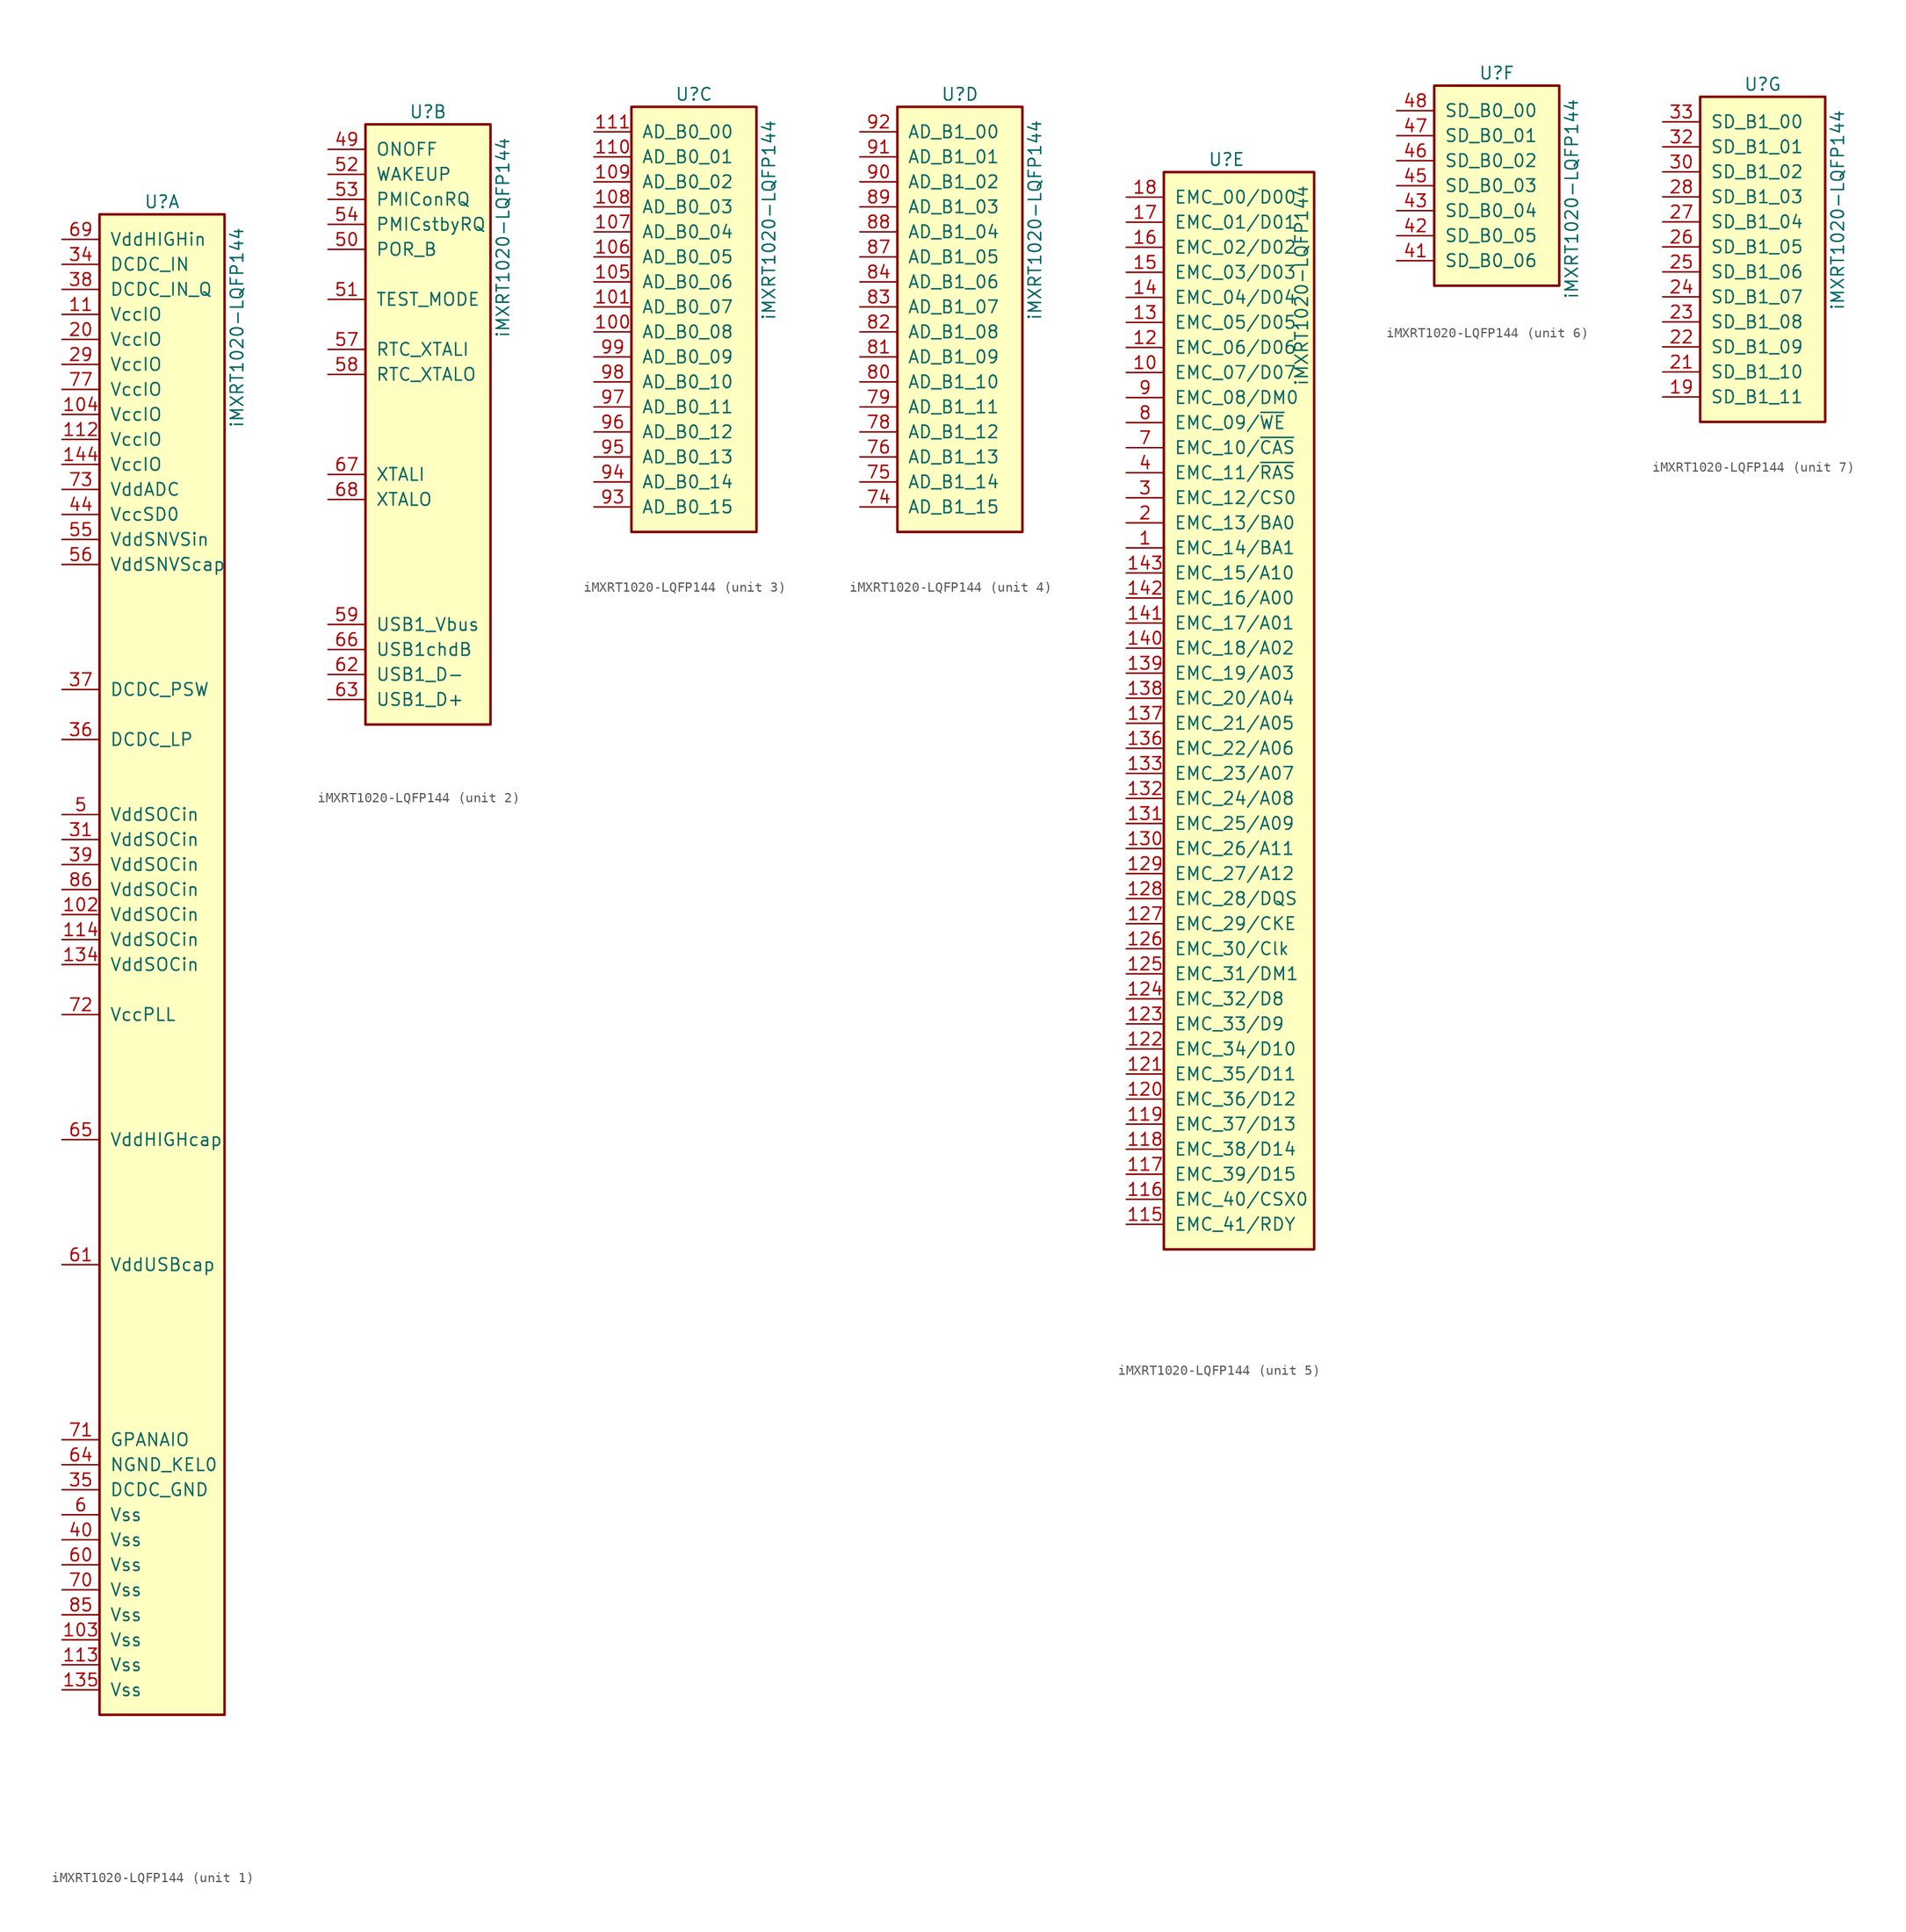
<source format=kicad_sym>
(kicad_symbol_lib
  (version 20211014)
  (generator kicad_symbol_editor)
  (symbol "iMXRT1020-LQFP144"
    (pin_names
      (offset 1.016))
    (property "Reference" "U"
      (at 10.16 3.81 0)
      (effects (font (size 1.27 1.27))))
    (property "Value" "iMXRT1020-LQFP144"
      (at 17.78 1.27 90)
      (effects (font (size 1.27 1.27)) (justify right)))
    (property "ki_locked" ""
      (at 0 0 0)
      (effects (font (size 1.27 1.27))))
    (symbol "iMXRT1020-LQFP144_1_1"
      (rectangle (start 3.81 2.54) (end 16.51 -149.86) (stroke (width 0.254) (type default) (color 0 0 0 0)) (fill (type background)))
      (pin power_in line (at 0 -68.58 0) (length 3.81) (name "VddSOCin" (effects (font (size 1.27 1.27)))) (number "102" (effects (font (size 1.27 1.27)))))
      (pin power_in line (at 0 -142.24 0) (length 3.81) (name "Vss" (effects (font (size 1.27 1.27)))) (number "103" (effects (font (size 1.27 1.27)))))
      (pin power_in line (at 0 -17.78 0) (length 3.81) (name "VccIO" (effects (font (size 1.27 1.27)))) (number "104" (effects (font (size 1.27 1.27)))))
      (pin power_in line (at 0 -7.62 0) (length 3.81) (name "VccIO" (effects (font (size 1.27 1.27)))) (number "11" (effects (font (size 1.27 1.27)))))
      (pin power_in line (at 0 -20.32 0) (length 3.81) (name "VccIO" (effects (font (size 1.27 1.27)))) (number "112" (effects (font (size 1.27 1.27)))))
      (pin power_in line (at 0 -144.78 0) (length 3.81) (name "Vss" (effects (font (size 1.27 1.27)))) (number "113" (effects (font (size 1.27 1.27)))))
      (pin power_in line (at 0 -71.12 0) (length 3.81) (name "VddSOCin" (effects (font (size 1.27 1.27)))) (number "114" (effects (font (size 1.27 1.27)))))
      (pin power_in line (at 0 -73.66 0) (length 3.81) (name "VddSOCin" (effects (font (size 1.27 1.27)))) (number "134" (effects (font (size 1.27 1.27)))))
      (pin power_in line (at 0 -147.32 0) (length 3.81) (name "Vss" (effects (font (size 1.27 1.27)))) (number "135" (effects (font (size 1.27 1.27)))))
      (pin power_in line (at 0 -22.86 0) (length 3.81) (name "VccIO" (effects (font (size 1.27 1.27)))) (number "144" (effects (font (size 1.27 1.27)))))
      (pin power_in line (at 0 -10.16 0) (length 3.81) (name "VccIO" (effects (font (size 1.27 1.27)))) (number "20" (effects (font (size 1.27 1.27)))))
      (pin power_in line (at 0 -12.7 0) (length 3.81) (name "VccIO" (effects (font (size 1.27 1.27)))) (number "29" (effects (font (size 1.27 1.27)))))
      (pin power_in line (at 0 -60.96 0) (length 3.81) (name "VddSOCin" (effects (font (size 1.27 1.27)))) (number "31" (effects (font (size 1.27 1.27)))))
      (pin power_in line (at 0 -2.54 0) (length 3.81) (name "DCDC_IN" (effects (font (size 1.27 1.27)))) (number "34" (effects (font (size 1.27 1.27)))))
      (pin power_in line (at 0 -127 0) (length 3.81) (name "DCDC_GND" (effects (font (size 1.27 1.27)))) (number "35" (effects (font (size 1.27 1.27)))))
      (pin power_in line (at 0 -50.8 0) (length 3.81) (name "DCDC_LP" (effects (font (size 1.27 1.27)))) (number "36" (effects (font (size 1.27 1.27)))))
      (pin power_in line (at 0 -45.72 0) (length 3.81) (name "DCDC_PSW" (effects (font (size 1.27 1.27)))) (number "37" (effects (font (size 1.27 1.27)))))
      (pin power_in line (at 0 -5.08 0) (length 3.81) (name "DCDC_IN_Q" (effects (font (size 1.27 1.27)))) (number "38" (effects (font (size 1.27 1.27)))))
      (pin power_in line (at 0 -63.5 0) (length 3.81) (name "VddSOCin" (effects (font (size 1.27 1.27)))) (number "39" (effects (font (size 1.27 1.27)))))
      (pin power_in line (at 0 -132.08 0) (length 3.81) (name "Vss" (effects (font (size 1.27 1.27)))) (number "40" (effects (font (size 1.27 1.27)))))
      (pin power_in line (at 0 -27.94 0) (length 3.81) (name "VccSD0" (effects (font (size 1.27 1.27)))) (number "44" (effects (font (size 1.27 1.27)))))
      (pin power_in line (at 0 -58.42 0) (length 3.81) (name "VddSOCin" (effects (font (size 1.27 1.27)))) (number "5" (effects (font (size 1.27 1.27)))))
      (pin power_in line (at 0 -30.48 0) (length 3.81) (name "VddSNVSin" (effects (font (size 1.27 1.27)))) (number "55" (effects (font (size 1.27 1.27)))))
      (pin power_out line (at 0 -33.02 0) (length 3.81) (name "VddSNVScap" (effects (font (size 1.27 1.27)))) (number "56" (effects (font (size 1.27 1.27)))))
      (pin power_in line (at 0 -129.54 0) (length 3.81) (name "Vss" (effects (font (size 1.27 1.27)))) (number "6" (effects (font (size 1.27 1.27)))))
      (pin power_in line (at 0 -134.62 0) (length 3.81) (name "Vss" (effects (font (size 1.27 1.27)))) (number "60" (effects (font (size 1.27 1.27)))))
      (pin power_out line (at 0 -104.14 0) (length 3.81) (name "VddUSBcap" (effects (font (size 1.27 1.27)))) (number "61" (effects (font (size 1.27 1.27)))))
      (pin power_in line (at 0 -124.46 0) (length 3.81) (name "NGND_KEL0" (effects (font (size 1.27 1.27)))) (number "64" (effects (font (size 1.27 1.27)))))
      (pin power_out line (at 0 -91.44 0) (length 3.81) (name "VddHIGHcap" (effects (font (size 1.27 1.27)))) (number "65" (effects (font (size 1.27 1.27)))))
      (pin power_in line (at 0 0 0) (length 3.81) (name "VddHIGHin" (effects (font (size 1.27 1.27)))) (number "69" (effects (font (size 1.27 1.27)))))
      (pin power_in line (at 0 -137.16 0) (length 3.81) (name "Vss" (effects (font (size 1.27 1.27)))) (number "70" (effects (font (size 1.27 1.27)))))
      (pin unspecified line (at 0 -121.92 0) (length 3.81) (name "GPANAIO" (effects (font (size 1.27 1.27)))) (number "71" (effects (font (size 1.27 1.27)))))
      (pin power_in line (at 0 -78.74 0) (length 3.81) (name "VccPLL" (effects (font (size 1.27 1.27)))) (number "72" (effects (font (size 1.27 1.27)))))
      (pin power_in line (at 0 -25.4 0) (length 3.81) (name "VddADC" (effects (font (size 1.27 1.27)))) (number "73" (effects (font (size 1.27 1.27)))))
      (pin power_in line (at 0 -15.24 0) (length 3.81) (name "VccIO" (effects (font (size 1.27 1.27)))) (number "77" (effects (font (size 1.27 1.27)))))
      (pin power_in line (at 0 -139.7 0) (length 3.81) (name "Vss" (effects (font (size 1.27 1.27)))) (number "85" (effects (font (size 1.27 1.27)))))
      (pin power_in line (at 0 -66.04 0) (length 3.81) (name "VddSOCin" (effects (font (size 1.27 1.27)))) (number "86" (effects (font (size 1.27 1.27))))))
    (symbol "iMXRT1020-LQFP144_2_1"
      (rectangle (start 3.81 2.54) (end 16.51 -58.42) (stroke (width 0.254) (type default) (color 0 0 0 0)) (fill (type background)))
      (pin input line (at 0 0 0) (length 3.81) (name "ONOFF" (effects (font (size 1.27 1.27)))) (number "49" (effects (font (size 1.27 1.27)))))
      (pin input line (at 0 -10.16 0) (length 3.81) (name "POR_B" (effects (font (size 1.27 1.27)))) (number "50" (effects (font (size 1.27 1.27)))))
      (pin input line (at 0 -15.24 0) (length 3.81) (name "TEST_MODE" (effects (font (size 1.27 1.27)))) (number "51" (effects (font (size 1.27 1.27)))))
      (pin input line (at 0 -2.54 0) (length 3.81) (name "WAKEUP" (effects (font (size 1.27 1.27)))) (number "52" (effects (font (size 1.27 1.27)))))
      (pin output line (at 0 -5.08 0) (length 3.81) (name "PMIConRQ" (effects (font (size 1.27 1.27)))) (number "53" (effects (font (size 1.27 1.27)))))
      (pin output line (at 0 -7.62 0) (length 3.81) (name "PMICstbyRQ" (effects (font (size 1.27 1.27)))) (number "54" (effects (font (size 1.27 1.27)))))
      (pin input line (at 0 -20.32 0) (length 3.81) (name "RTC_XTALI" (effects (font (size 1.27 1.27)))) (number "57" (effects (font (size 1.27 1.27)))))
      (pin output line (at 0 -22.86 0) (length 3.81) (name "RTC_XTALO" (effects (font (size 1.27 1.27)))) (number "58" (effects (font (size 1.27 1.27)))))
      (pin bidirectional line (at 0 -48.26 0) (length 3.81) (name "USB1_Vbus" (effects (font (size 1.27 1.27)))) (number "59" (effects (font (size 1.27 1.27)))))
      (pin bidirectional line (at 0 -53.34 0) (length 3.81) (name "USB1_D-" (effects (font (size 1.27 1.27)))) (number "62" (effects (font (size 1.27 1.27)))))
      (pin bidirectional line (at 0 -55.88 0) (length 3.81) (name "USB1_D+" (effects (font (size 1.27 1.27)))) (number "63" (effects (font (size 1.27 1.27)))))
      (pin output line (at 0 -50.8 0) (length 3.81) (name "USB1chdB" (effects (font (size 1.27 1.27)))) (number "66" (effects (font (size 1.27 1.27)))))
      (pin input line (at 0 -33.02 0) (length 3.81) (name "XTALI" (effects (font (size 1.27 1.27)))) (number "67" (effects (font (size 1.27 1.27)))))
      (pin output line (at 0 -35.56 0) (length 3.81) (name "XTALO" (effects (font (size 1.27 1.27)))) (number "68" (effects (font (size 1.27 1.27))))))
    (symbol "iMXRT1020-LQFP144_3_1"
      (rectangle (start 3.81 2.54) (end 16.51 -40.64) (stroke (width 0.254) (type default) (color 0 0 0 0)) (fill (type background)))
      (pin bidirectional line (at 0 -20.32 0) (length 3.81) (name "AD_B0_08" (effects (font (size 1.27 1.27)))) (number "100" (effects (font (size 1.27 1.27)))))
      (pin bidirectional line (at 0 -17.78 0) (length 3.81) (name "AD_B0_07" (effects (font (size 1.27 1.27)))) (number "101" (effects (font (size 1.27 1.27)))))
      (pin bidirectional line (at 0 -15.24 0) (length 3.81) (name "AD_B0_06" (effects (font (size 1.27 1.27)))) (number "105" (effects (font (size 1.27 1.27)))))
      (pin bidirectional line (at 0 -12.7 0) (length 3.81) (name "AD_B0_05" (effects (font (size 1.27 1.27)))) (number "106" (effects (font (size 1.27 1.27)))))
      (pin bidirectional line (at 0 -10.16 0) (length 3.81) (name "AD_B0_04" (effects (font (size 1.27 1.27)))) (number "107" (effects (font (size 1.27 1.27)))))
      (pin bidirectional line (at 0 -7.62 0) (length 3.81) (name "AD_B0_03" (effects (font (size 1.27 1.27)))) (number "108" (effects (font (size 1.27 1.27)))))
      (pin bidirectional line (at 0 -5.08 0) (length 3.81) (name "AD_B0_02" (effects (font (size 1.27 1.27)))) (number "109" (effects (font (size 1.27 1.27)))))
      (pin bidirectional line (at 0 -2.54 0) (length 3.81) (name "AD_B0_01" (effects (font (size 1.27 1.27)))) (number "110" (effects (font (size 1.27 1.27)))))
      (pin bidirectional line (at 0 0 0) (length 3.81) (name "AD_B0_00" (effects (font (size 1.27 1.27)))) (number "111" (effects (font (size 1.27 1.27)))))
      (pin bidirectional line (at 0 -38.1 0) (length 3.81) (name "AD_B0_15" (effects (font (size 1.27 1.27)))) (number "93" (effects (font (size 1.27 1.27)))))
      (pin bidirectional line (at 0 -35.56 0) (length 3.81) (name "AD_B0_14" (effects (font (size 1.27 1.27)))) (number "94" (effects (font (size 1.27 1.27)))))
      (pin bidirectional line (at 0 -33.02 0) (length 3.81) (name "AD_B0_13" (effects (font (size 1.27 1.27)))) (number "95" (effects (font (size 1.27 1.27)))))
      (pin bidirectional line (at 0 -30.48 0) (length 3.81) (name "AD_B0_12" (effects (font (size 1.27 1.27)))) (number "96" (effects (font (size 1.27 1.27)))))
      (pin bidirectional line (at 0 -27.94 0) (length 3.81) (name "AD_B0_11" (effects (font (size 1.27 1.27)))) (number "97" (effects (font (size 1.27 1.27)))))
      (pin bidirectional line (at 0 -25.4 0) (length 3.81) (name "AD_B0_10" (effects (font (size 1.27 1.27)))) (number "98" (effects (font (size 1.27 1.27)))))
      (pin bidirectional line (at 0 -22.86 0) (length 3.81) (name "AD_B0_09" (effects (font (size 1.27 1.27)))) (number "99" (effects (font (size 1.27 1.27))))))
    (symbol "iMXRT1020-LQFP144_4_1"
      (rectangle (start 3.81 2.54) (end 16.51 -40.64) (stroke (width 0.254) (type default) (color 0 0 0 0)) (fill (type background)))
      (pin bidirectional line (at 0 -38.1 0) (length 3.81) (name "AD_B1_15" (effects (font (size 1.27 1.27)))) (number "74" (effects (font (size 1.27 1.27)))))
      (pin bidirectional line (at 0 -35.56 0) (length 3.81) (name "AD_B1_14" (effects (font (size 1.27 1.27)))) (number "75" (effects (font (size 1.27 1.27)))))
      (pin bidirectional line (at 0 -33.02 0) (length 3.81) (name "AD_B1_13" (effects (font (size 1.27 1.27)))) (number "76" (effects (font (size 1.27 1.27)))))
      (pin bidirectional line (at 0 -30.48 0) (length 3.81) (name "AD_B1_12" (effects (font (size 1.27 1.27)))) (number "78" (effects (font (size 1.27 1.27)))))
      (pin bidirectional line (at 0 -27.94 0) (length 3.81) (name "AD_B1_11" (effects (font (size 1.27 1.27)))) (number "79" (effects (font (size 1.27 1.27)))))
      (pin bidirectional line (at 0 -25.4 0) (length 3.81) (name "AD_B1_10" (effects (font (size 1.27 1.27)))) (number "80" (effects (font (size 1.27 1.27)))))
      (pin bidirectional line (at 0 -22.86 0) (length 3.81) (name "AD_B1_09" (effects (font (size 1.27 1.27)))) (number "81" (effects (font (size 1.27 1.27)))))
      (pin bidirectional line (at 0 -20.32 0) (length 3.81) (name "AD_B1_08" (effects (font (size 1.27 1.27)))) (number "82" (effects (font (size 1.27 1.27)))))
      (pin bidirectional line (at 0 -17.78 0) (length 3.81) (name "AD_B1_07" (effects (font (size 1.27 1.27)))) (number "83" (effects (font (size 1.27 1.27)))))
      (pin bidirectional line (at 0 -15.24 0) (length 3.81) (name "AD_B1_06" (effects (font (size 1.27 1.27)))) (number "84" (effects (font (size 1.27 1.27)))))
      (pin bidirectional line (at 0 -12.7 0) (length 3.81) (name "AD_B1_05" (effects (font (size 1.27 1.27)))) (number "87" (effects (font (size 1.27 1.27)))))
      (pin bidirectional line (at 0 -10.16 0) (length 3.81) (name "AD_B1_04" (effects (font (size 1.27 1.27)))) (number "88" (effects (font (size 1.27 1.27)))))
      (pin bidirectional line (at 0 -7.62 0) (length 3.81) (name "AD_B1_03" (effects (font (size 1.27 1.27)))) (number "89" (effects (font (size 1.27 1.27)))))
      (pin bidirectional line (at 0 -5.08 0) (length 3.81) (name "AD_B1_02" (effects (font (size 1.27 1.27)))) (number "90" (effects (font (size 1.27 1.27)))))
      (pin bidirectional line (at 0 -2.54 0) (length 3.81) (name "AD_B1_01" (effects (font (size 1.27 1.27)))) (number "91" (effects (font (size 1.27 1.27)))))
      (pin bidirectional line (at 0 0 0) (length 3.81) (name "AD_B1_00" (effects (font (size 1.27 1.27)))) (number "92" (effects (font (size 1.27 1.27))))))
    (symbol "iMXRT1020-LQFP144_5_1"
      (rectangle (start 3.81 2.54) (end 19.05 -106.68) (stroke (width 0.254) (type default) (color 0 0 0 0)) (fill (type background)))
      (pin bidirectional line (at 0 -35.56 0) (length 3.81) (name "EMC_14/BA1" (effects (font (size 1.27 1.27)))) (number "1" (effects (font (size 1.27 1.27)))))
      (pin bidirectional line (at 0 -17.78 0) (length 3.81) (name "EMC_07/D07" (effects (font (size 1.27 1.27)))) (number "10" (effects (font (size 1.27 1.27)))))
      (pin bidirectional line (at 0 -104.14 0) (length 3.81) (name "EMC_41/RDY" (effects (font (size 1.27 1.27)))) (number "115" (effects (font (size 1.27 1.27)))))
      (pin bidirectional line (at 0 -101.6 0) (length 3.81) (name "EMC_40/CSX0" (effects (font (size 1.27 1.27)))) (number "116" (effects (font (size 1.27 1.27)))))
      (pin bidirectional line (at 0 -99.06 0) (length 3.81) (name "EMC_39/D15" (effects (font (size 1.27 1.27)))) (number "117" (effects (font (size 1.27 1.27)))))
      (pin bidirectional line (at 0 -96.52 0) (length 3.81) (name "EMC_38/D14" (effects (font (size 1.27 1.27)))) (number "118" (effects (font (size 1.27 1.27)))))
      (pin bidirectional line (at 0 -93.98 0) (length 3.81) (name "EMC_37/D13" (effects (font (size 1.27 1.27)))) (number "119" (effects (font (size 1.27 1.27)))))
      (pin bidirectional line (at 0 -15.24 0) (length 3.81) (name "EMC_06/D06" (effects (font (size 1.27 1.27)))) (number "12" (effects (font (size 1.27 1.27)))))
      (pin bidirectional line (at 0 -91.44 0) (length 3.81) (name "EMC_36/D12" (effects (font (size 1.27 1.27)))) (number "120" (effects (font (size 1.27 1.27)))))
      (pin bidirectional line (at 0 -88.9 0) (length 3.81) (name "EMC_35/D11" (effects (font (size 1.27 1.27)))) (number "121" (effects (font (size 1.27 1.27)))))
      (pin bidirectional line (at 0 -86.36 0) (length 3.81) (name "EMC_34/D10" (effects (font (size 1.27 1.27)))) (number "122" (effects (font (size 1.27 1.27)))))
      (pin bidirectional line (at 0 -83.82 0) (length 3.81) (name "EMC_33/D9" (effects (font (size 1.27 1.27)))) (number "123" (effects (font (size 1.27 1.27)))))
      (pin bidirectional line (at 0 -81.28 0) (length 3.81) (name "EMC_32/D8" (effects (font (size 1.27 1.27)))) (number "124" (effects (font (size 1.27 1.27)))))
      (pin bidirectional line (at 0 -78.74 0) (length 3.81) (name "EMC_31/DM1" (effects (font (size 1.27 1.27)))) (number "125" (effects (font (size 1.27 1.27)))))
      (pin bidirectional line (at 0 -76.2 0) (length 3.81) (name "EMC_30/Clk" (effects (font (size 1.27 1.27)))) (number "126" (effects (font (size 1.27 1.27)))))
      (pin bidirectional line (at 0 -73.66 0) (length 3.81) (name "EMC_29/CKE" (effects (font (size 1.27 1.27)))) (number "127" (effects (font (size 1.27 1.27)))))
      (pin bidirectional line (at 0 -71.12 0) (length 3.81) (name "EMC_28/DQS" (effects (font (size 1.27 1.27)))) (number "128" (effects (font (size 1.27 1.27)))))
      (pin bidirectional line (at 0 -68.58 0) (length 3.81) (name "EMC_27/A12" (effects (font (size 1.27 1.27)))) (number "129" (effects (font (size 1.27 1.27)))))
      (pin bidirectional line (at 0 -12.7 0) (length 3.81) (name "EMC_05/D05" (effects (font (size 1.27 1.27)))) (number "13" (effects (font (size 1.27 1.27)))))
      (pin bidirectional line (at 0 -66.04 0) (length 3.81) (name "EMC_26/A11" (effects (font (size 1.27 1.27)))) (number "130" (effects (font (size 1.27 1.27)))))
      (pin bidirectional line (at 0 -63.5 0) (length 3.81) (name "EMC_25/A09" (effects (font (size 1.27 1.27)))) (number "131" (effects (font (size 1.27 1.27)))))
      (pin bidirectional line (at 0 -60.96 0) (length 3.81) (name "EMC_24/A08" (effects (font (size 1.27 1.27)))) (number "132" (effects (font (size 1.27 1.27)))))
      (pin bidirectional line (at 0 -58.42 0) (length 3.81) (name "EMC_23/A07" (effects (font (size 1.27 1.27)))) (number "133" (effects (font (size 1.27 1.27)))))
      (pin bidirectional line (at 0 -55.88 0) (length 3.81) (name "EMC_22/A06" (effects (font (size 1.27 1.27)))) (number "136" (effects (font (size 1.27 1.27)))))
      (pin bidirectional line (at 0 -53.34 0) (length 3.81) (name "EMC_21/A05" (effects (font (size 1.27 1.27)))) (number "137" (effects (font (size 1.27 1.27)))))
      (pin bidirectional line (at 0 -50.8 0) (length 3.81) (name "EMC_20/A04" (effects (font (size 1.27 1.27)))) (number "138" (effects (font (size 1.27 1.27)))))
      (pin bidirectional line (at 0 -48.26 0) (length 3.81) (name "EMC_19/A03" (effects (font (size 1.27 1.27)))) (number "139" (effects (font (size 1.27 1.27)))))
      (pin bidirectional line (at 0 -10.16 0) (length 3.81) (name "EMC_04/D04" (effects (font (size 1.27 1.27)))) (number "14" (effects (font (size 1.27 1.27)))))
      (pin bidirectional line (at 0 -45.72 0) (length 3.81) (name "EMC_18/A02" (effects (font (size 1.27 1.27)))) (number "140" (effects (font (size 1.27 1.27)))))
      (pin bidirectional line (at 0 -43.18 0) (length 3.81) (name "EMC_17/A01" (effects (font (size 1.27 1.27)))) (number "141" (effects (font (size 1.27 1.27)))))
      (pin bidirectional line (at 0 -40.64 0) (length 3.81) (name "EMC_16/A00" (effects (font (size 1.27 1.27)))) (number "142" (effects (font (size 1.27 1.27)))))
      (pin bidirectional line (at 0 -38.1 0) (length 3.81) (name "EMC_15/A10" (effects (font (size 1.27 1.27)))) (number "143" (effects (font (size 1.27 1.27)))))
      (pin bidirectional line (at 0 -7.62 0) (length 3.81) (name "EMC_03/D03" (effects (font (size 1.27 1.27)))) (number "15" (effects (font (size 1.27 1.27)))))
      (pin bidirectional line (at 0 -5.08 0) (length 3.81) (name "EMC_02/D02" (effects (font (size 1.27 1.27)))) (number "16" (effects (font (size 1.27 1.27)))))
      (pin bidirectional line (at 0 -2.54 0) (length 3.81) (name "EMC_01/D01" (effects (font (size 1.27 1.27)))) (number "17" (effects (font (size 1.27 1.27)))))
      (pin bidirectional line (at 0 0 0) (length 3.81) (name "EMC_00/D00" (effects (font (size 1.27 1.27)))) (number "18" (effects (font (size 1.27 1.27)))))
      (pin bidirectional line (at 0 -33.02 0) (length 3.81) (name "EMC_13/BA0" (effects (font (size 1.27 1.27)))) (number "2" (effects (font (size 1.27 1.27)))))
      (pin bidirectional line (at 0 -30.48 0) (length 3.81) (name "EMC_12/CS0" (effects (font (size 1.27 1.27)))) (number "3" (effects (font (size 1.27 1.27)))))
      (pin bidirectional line (at 0 -27.94 0) (length 3.81) (name "EMC_11/~{RAS}" (effects (font (size 1.27 1.27)))) (number "4" (effects (font (size 1.27 1.27)))))
      (pin bidirectional line (at 0 -25.4 0) (length 3.81) (name "EMC_10/~{CAS}" (effects (font (size 1.27 1.27)))) (number "7" (effects (font (size 1.27 1.27)))))
      (pin bidirectional line (at 0 -22.86 0) (length 3.81) (name "EMC_09/~{WE}" (effects (font (size 1.27 1.27)))) (number "8" (effects (font (size 1.27 1.27)))))
      (pin bidirectional line (at 0 -20.32 0) (length 3.81) (name "EMC_08/DM0" (effects (font (size 1.27 1.27)))) (number "9" (effects (font (size 1.27 1.27))))))
    (symbol "iMXRT1020-LQFP144_6_1"
      (rectangle (start 3.81 2.54) (end 16.51 -17.78) (stroke (width 0.254) (type default) (color 0 0 0 0)) (fill (type background)))
      (pin bidirectional line (at 0 -15.24 0) (length 3.81) (name "SD_B0_06" (effects (font (size 1.27 1.27)))) (number "41" (effects (font (size 1.27 1.27)))))
      (pin bidirectional line (at 0 -12.7 0) (length 3.81) (name "SD_B0_05" (effects (font (size 1.27 1.27)))) (number "42" (effects (font (size 1.27 1.27)))))
      (pin bidirectional line (at 0 -10.16 0) (length 3.81) (name "SD_B0_04" (effects (font (size 1.27 1.27)))) (number "43" (effects (font (size 1.27 1.27)))))
      (pin bidirectional line (at 0 -7.62 0) (length 3.81) (name "SD_B0_03" (effects (font (size 1.27 1.27)))) (number "45" (effects (font (size 1.27 1.27)))))
      (pin bidirectional line (at 0 -5.08 0) (length 3.81) (name "SD_B0_02" (effects (font (size 1.27 1.27)))) (number "46" (effects (font (size 1.27 1.27)))))
      (pin bidirectional line (at 0 -2.54 0) (length 3.81) (name "SD_B0_01" (effects (font (size 1.27 1.27)))) (number "47" (effects (font (size 1.27 1.27)))))
      (pin bidirectional line (at 0 0 0) (length 3.81) (name "SD_B0_00" (effects (font (size 1.27 1.27)))) (number "48" (effects (font (size 1.27 1.27))))))
    (symbol "iMXRT1020-LQFP144_7_1"
      (rectangle (start 3.81 2.54) (end 16.51 -30.48) (stroke (width 0.254) (type default) (color 0 0 0 0)) (fill (type background)))
      (pin bidirectional line (at 0 -27.94 0) (length 3.81) (name "SD_B1_11" (effects (font (size 1.27 1.27)))) (number "19" (effects (font (size 1.27 1.27)))))
      (pin bidirectional line (at 0 -25.4 0) (length 3.81) (name "SD_B1_10" (effects (font (size 1.27 1.27)))) (number "21" (effects (font (size 1.27 1.27)))))
      (pin bidirectional line (at 0 -22.86 0) (length 3.81) (name "SD_B1_09" (effects (font (size 1.27 1.27)))) (number "22" (effects (font (size 1.27 1.27)))))
      (pin bidirectional line (at 0 -20.32 0) (length 3.81) (name "SD_B1_08" (effects (font (size 1.27 1.27)))) (number "23" (effects (font (size 1.27 1.27)))))
      (pin bidirectional line (at 0 -17.78 0) (length 3.81) (name "SD_B1_07" (effects (font (size 1.27 1.27)))) (number "24" (effects (font (size 1.27 1.27)))))
      (pin bidirectional line (at 0 -15.24 0) (length 3.81) (name "SD_B1_06" (effects (font (size 1.27 1.27)))) (number "25" (effects (font (size 1.27 1.27)))))
      (pin bidirectional line (at 0 -12.7 0) (length 3.81) (name "SD_B1_05" (effects (font (size 1.27 1.27)))) (number "26" (effects (font (size 1.27 1.27)))))
      (pin bidirectional line (at 0 -10.16 0) (length 3.81) (name "SD_B1_04" (effects (font (size 1.27 1.27)))) (number "27" (effects (font (size 1.27 1.27)))))
      (pin bidirectional line (at 0 -7.62 0) (length 3.81) (name "SD_B1_03" (effects (font (size 1.27 1.27)))) (number "28" (effects (font (size 1.27 1.27)))))
      (pin bidirectional line (at 0 -5.08 0) (length 3.81) (name "SD_B1_02" (effects (font (size 1.27 1.27)))) (number "30" (effects (font (size 1.27 1.27)))))
      (pin bidirectional line (at 0 -2.54 0) (length 3.81) (name "SD_B1_01" (effects (font (size 1.27 1.27)))) (number "32" (effects (font (size 1.27 1.27)))))
      (pin bidirectional line (at 0 0 0) (length 3.81) (name "SD_B1_00" (effects (font (size 1.27 1.27)))) (number "33" (effects (font (size 1.27 1.27))))))))
</source>
